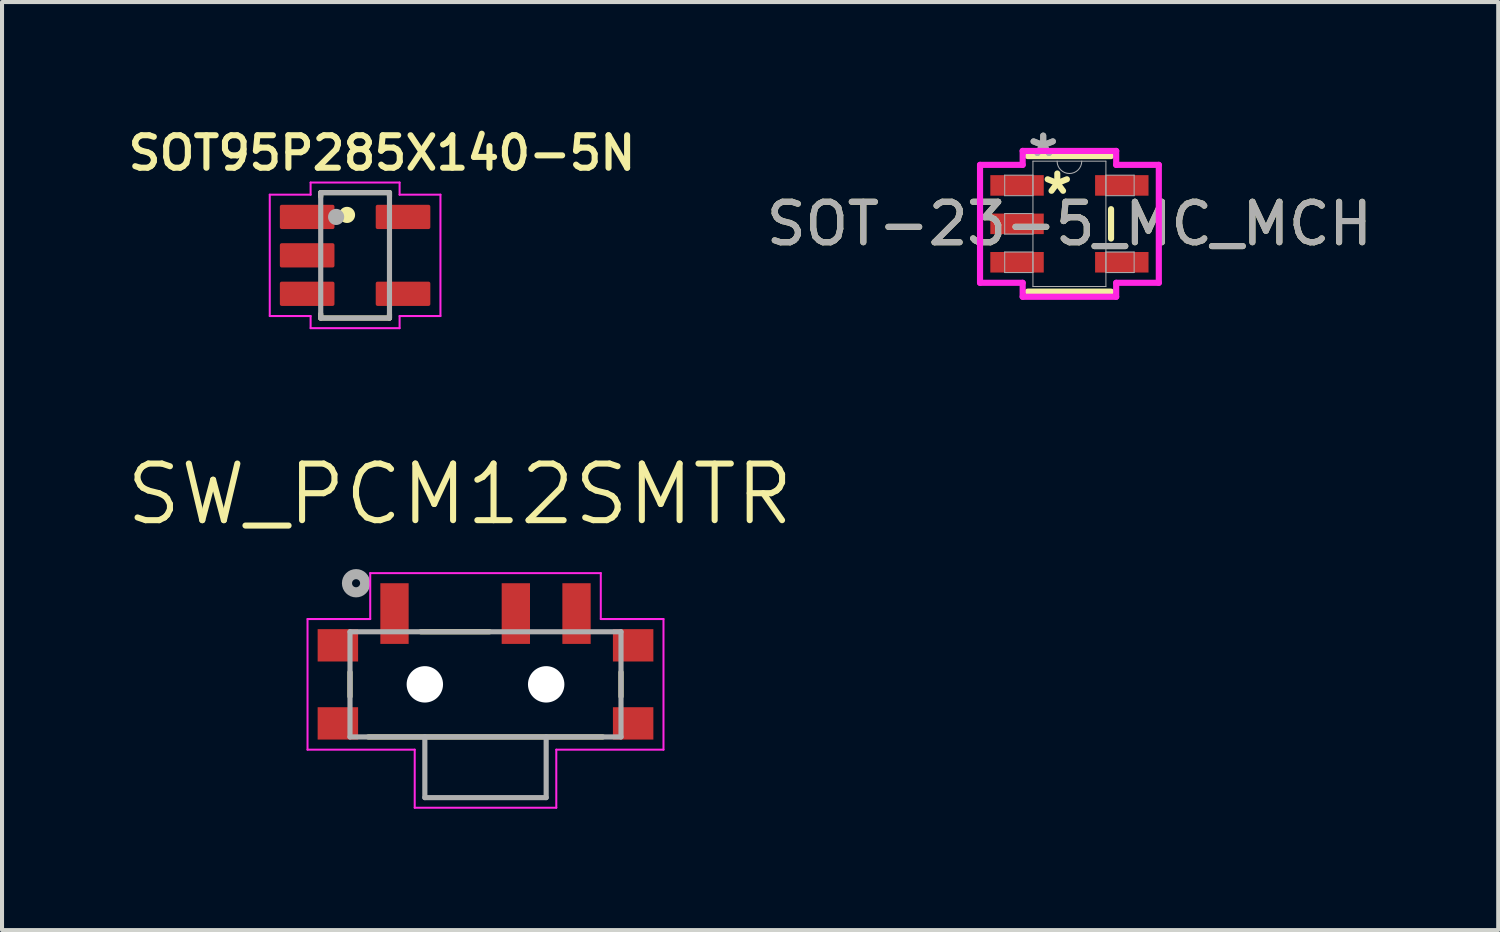
<source format=kicad_pcb>
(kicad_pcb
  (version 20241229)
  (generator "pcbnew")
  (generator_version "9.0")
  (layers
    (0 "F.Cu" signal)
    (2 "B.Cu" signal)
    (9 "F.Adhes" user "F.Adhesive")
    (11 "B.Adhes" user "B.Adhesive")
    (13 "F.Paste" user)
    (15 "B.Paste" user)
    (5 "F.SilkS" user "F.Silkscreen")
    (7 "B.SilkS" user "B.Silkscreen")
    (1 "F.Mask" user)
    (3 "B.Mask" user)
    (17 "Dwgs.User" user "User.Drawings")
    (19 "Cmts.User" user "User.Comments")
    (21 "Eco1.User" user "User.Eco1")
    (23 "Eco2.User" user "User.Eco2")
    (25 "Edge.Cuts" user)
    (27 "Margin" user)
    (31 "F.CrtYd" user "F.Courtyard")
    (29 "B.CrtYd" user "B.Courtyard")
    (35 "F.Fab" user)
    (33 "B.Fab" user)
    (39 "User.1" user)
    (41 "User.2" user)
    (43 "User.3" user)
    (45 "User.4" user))
  (footprint "SW_PCM12SMTR"
    (layer "F.Cu")
    (at 8.953 13.869)
    (property "Reference" "SW_PCM12SMTR" (at -0.635 -4.699 0) (layer "F.SilkS") (effects (font (size 1.4 1.4) (thickness 0.15))))
    (attr smd)
    (fp_line (start -3.35 0.3) (end -3.35 -0.3) (stroke (width 0.127) (type solid)) (layer "F.SilkS"))
    (fp_line (start -2.9 1.3) (end 2.9 1.3) (stroke (width 0.127) (type solid)) (layer "F.SilkS"))
    (fp_line (start -1.6 -1.3) (end 0.1 -1.3) (stroke (width 0.127) (type solid)) (layer "F.SilkS"))
    (fp_line (start 3.35 -0.3) (end 3.35 0.3) (stroke (width 0.127) (type solid)) (layer "F.SilkS"))
    (fp_line (start -4.4 -1.615) (end -2.85 -1.615) (stroke (width 0.05) (type solid)) (layer "F.CrtYd"))
    (fp_line (start -4.4 1.615) (end -4.4 -1.615) (stroke (width 0.05) (type solid)) (layer "F.CrtYd"))
    (fp_line (start -2.85 -2.75) (end 2.85 -2.75) (stroke (width 0.05) (type solid)) (layer "F.CrtYd"))
    (fp_line (start -2.85 -1.615) (end -2.85 -2.75) (stroke (width 0.05) (type solid)) (layer "F.CrtYd"))
    (fp_line (start -1.75 1.615) (end -4.4 1.615) (stroke (width 0.05) (type solid)) (layer "F.CrtYd"))
    (fp_line (start -1.75 3.05) (end -1.75 1.615) (stroke (width 0.05) (type solid)) (layer "F.CrtYd"))
    (fp_line (start 1.75 1.615) (end 1.75 3.05) (stroke (width 0.05) (type solid)) (layer "F.CrtYd"))
    (fp_line (start 1.75 3.05) (end -1.75 3.05) (stroke (width 0.05) (type solid)) (layer "F.CrtYd"))
    (fp_line (start 2.85 -2.75) (end 2.85 -1.615) (stroke (width 0.05) (type solid)) (layer "F.CrtYd"))
    (fp_line (start 2.85 -1.615) (end 4.4 -1.615) (stroke (width 0.05) (type solid)) (layer "F.CrtYd"))
    (fp_line (start 4.4 -1.615) (end 4.4 1.615) (stroke (width 0.05) (type solid)) (layer "F.CrtYd"))
    (fp_line (start 4.4 1.615) (end 1.75 1.615) (stroke (width 0.05) (type solid)) (layer "F.CrtYd"))
    (fp_line (start -3.35 -1.3) (end 3.35 -1.3) (stroke (width 0.127) (type solid)) (layer "F.Fab"))
    (fp_line (start -3.35 1.3) (end -3.35 -1.3) (stroke (width 0.127) (type solid)) (layer "F.Fab"))
    (fp_line (start -1.5 1.3) (end -3.35 1.3) (stroke (width 0.127) (type solid)) (layer "F.Fab"))
    (fp_line (start -1.5 1.3) (end -1.5 2.8) (stroke (width 0.127) (type solid)) (layer "F.Fab"))
    (fp_line (start -1.5 2.8) (end 1.5 2.8) (stroke (width 0.127) (type solid)) (layer "F.Fab"))
    (fp_line (start 1.5 1.3) (end -1.5 1.3) (stroke (width 0.127) (type solid)) (layer "F.Fab"))
    (fp_line (start 1.5 2.8) (end 1.5 1.3) (stroke (width 0.127) (type solid)) (layer "F.Fab"))
    (fp_line (start 3.35 -1.3) (end 3.35 1.3) (stroke (width 0.127) (type solid)) (layer "F.Fab"))
    (fp_line (start 3.35 1.3) (end 1.5 1.3) (stroke (width 0.127) (type solid)) (layer "F.Fab"))
    (fp_circle (center -3.2 -2.5) (end -3.1 -2.5) (stroke (width 0.25) (type solid)) (fill no) (layer "F.Fab"))
    (pad "" np_thru_hole circle (at -1.5 0) (size 0.9 0.9) (drill 0.9) (layers "*.Cu" "*.Mask"))
    (pad "" np_thru_hole circle (at 1.5 0) (size 0.9 0.9) (drill 0.9) (layers "*.Cu" "*.Mask"))
    (pad "COM" smd rect (at 0.75 -1.75) (size 0.7 1.5) (layers "F.Cu" "F.Mask" "F.Paste"))
    (pad "GND" smd rect (at -3.65 -0.965) (size 1 0.8) (layers "F.Cu" "F.Mask" "F.Paste"))
    (pad "GND" smd rect (at -3.65 0.965) (size 1 0.8) (layers "F.Cu" "F.Mask" "F.Paste"))
    (pad "GND" smd rect (at 3.65 -0.965) (size 1 0.8) (layers "F.Cu" "F.Mask" "F.Paste"))
    (pad "GND" smd rect (at 3.65 0.965) (size 1 0.8) (layers "F.Cu" "F.Mask" "F.Paste"))
    (pad "L1" smd rect (at 2.25 -1.75) (size 0.7 1.5) (layers "F.Cu" "F.Mask" "F.Paste"))
    (pad "L2" smd rect (at -2.25 -1.75) (size 0.7 1.5) (layers "F.Cu" "F.Mask" "F.Paste")))
  (footprint "SOT95P285X140-5N"
    (layer "F.Cu")
    (at 5.729 3.263)
    (property "Reference" "SOT95P285X140-5N" (at 0.664 -2.53 0) (layer "F.SilkS") (effects (font (size 0.803 0.803) (thickness 0.15))))
    (attr smd)
    (fp_line (start -0.85 -1.55) (end -0.85 -1.45) (stroke (width 0.127) (type solid)) (layer "F.SilkS"))
    (fp_line (start -0.85 1.55) (end -0.85 1.45) (stroke (width 0.127) (type solid)) (layer "F.SilkS"))
    (fp_line (start 0.85 -1.55) (end -0.85 -1.55) (stroke (width 0.127) (type solid)) (layer "F.SilkS"))
    (fp_line (start 0.85 -1.55) (end 0.85 -1.45) (stroke (width 0.127) (type solid)) (layer "F.SilkS"))
    (fp_line (start 0.85 1.55) (end -0.85 1.55) (stroke (width 0.127) (type solid)) (layer "F.SilkS"))
    (fp_line (start 0.85 1.55) (end 0.85 1.45) (stroke (width 0.127) (type solid)) (layer "F.SilkS"))
    (fp_circle (center -0.2 -1) (end -0.1 -1) (stroke (width 0.2) (type solid)) (fill no) (layer "F.SilkS"))
    (fp_line (start -2.11 -1.5) (end -2.11 1.5) (stroke (width 0.05) (type solid)) (layer "F.CrtYd"))
    (fp_line (start -2.11 1.5) (end -1.1 1.5) (stroke (width 0.05) (type solid)) (layer "F.CrtYd"))
    (fp_line (start -1.1 -1.8) (end -1.1 -1.5) (stroke (width 0.05) (type solid)) (layer "F.CrtYd"))
    (fp_line (start -1.1 -1.5) (end -2.11 -1.5) (stroke (width 0.05) (type solid)) (layer "F.CrtYd"))
    (fp_line (start -1.1 1.5) (end -1.1 1.8) (stroke (width 0.05) (type solid)) (layer "F.CrtYd"))
    (fp_line (start -1.1 1.8) (end 1.1 1.8) (stroke (width 0.05) (type solid)) (layer "F.CrtYd"))
    (fp_line (start 1.1 -1.8) (end -1.1 -1.8) (stroke (width 0.05) (type solid)) (layer "F.CrtYd"))
    (fp_line (start 1.1 -1.5) (end 1.1 -1.8) (stroke (width 0.05) (type solid)) (layer "F.CrtYd"))
    (fp_line (start 1.1 1.5) (end 2.11 1.5) (stroke (width 0.05) (type solid)) (layer "F.CrtYd"))
    (fp_line (start 1.1 1.8) (end 1.1 1.5) (stroke (width 0.05) (type solid)) (layer "F.CrtYd"))
    (fp_line (start 2.11 -1.5) (end 1.1 -1.5) (stroke (width 0.05) (type solid)) (layer "F.CrtYd"))
    (fp_line (start 2.11 1.5) (end 2.11 -1.5) (stroke (width 0.05) (type solid)) (layer "F.CrtYd"))
    (fp_line (start -0.85 -1.55) (end 0.85 -1.55) (stroke (width 0.127) (type solid)) (layer "F.Fab"))
    (fp_line (start -0.85 1.55) (end -0.85 -1.55) (stroke (width 0.127) (type solid)) (layer "F.Fab"))
    (fp_line (start 0.85 -1.55) (end 0.85 1.55) (stroke (width 0.127) (type solid)) (layer "F.Fab"))
    (fp_line (start 0.85 1.55) (end -0.85 1.55) (stroke (width 0.127) (type solid)) (layer "F.Fab"))
    (fp_circle (center -0.469 -0.95) (end -0.369 -0.95) (stroke (width 0.2) (type solid)) (fill no) (layer "F.Fab"))
    (pad "1" smd roundrect (at -1.185 -0.95 270) (size 0.6 1.35) (layers "F.Cu" "F.Mask" "F.Paste") (roundrect_rratio 0.075))
    (pad "2" smd roundrect (at -1.185 0 270) (size 0.6 1.35) (layers "F.Cu" "F.Mask" "F.Paste") (roundrect_rratio 0.075))
    (pad "3" smd roundrect (at -1.185 0.95 270) (size 0.6 1.35) (layers "F.Cu" "F.Mask" "F.Paste") (roundrect_rratio 0.075))
    (pad "4" smd roundrect (at 1.185 0.95 270) (size 0.6 1.35) (layers "F.Cu" "F.Mask" "F.Paste") (roundrect_rratio 0.075))
    (pad "5" smd roundrect (at 1.185 -0.95 270) (size 0.6 1.35) (layers "F.Cu" "F.Mask" "F.Paste") (roundrect_rratio 0.075)))
  (footprint "SOT-23-5_MC_MCH"
    (layer "F.Cu")
    (at 23.389 2.484)
    (property "Reference" "SOT-23-5_MC_MCH" (at 0 0 0) (unlocked yes) (layer "F.SilkS") (effects (font (size 1 1) (thickness 0.15))))
    (attr smd)
    (fp_line (start -1.029 1.676) (end 1.029 1.676) (stroke (width 0.152) (type solid)) (layer "F.SilkS"))
    (fp_line (start 1.029 -1.676) (end -1.029 -1.676) (stroke (width 0.152) (type solid)) (layer "F.SilkS"))
    (fp_line (start 1.029 0.363) (end 1.029 -0.363) (stroke (width 0.152) (type solid)) (layer "F.SilkS"))
    (fp_line (start -2.21 -1.458) (end -1.156 -1.458) (stroke (width 0.152) (type solid)) (layer "F.CrtYd"))
    (fp_line (start -2.21 1.458) (end -2.21 -1.458) (stroke (width 0.152) (type solid)) (layer "F.CrtYd"))
    (fp_line (start -1.156 -1.803) (end 1.156 -1.803) (stroke (width 0.152) (type solid)) (layer "F.CrtYd"))
    (fp_line (start -1.156 -1.458) (end -1.156 -1.803) (stroke (width 0.152) (type solid)) (layer "F.CrtYd"))
    (fp_line (start -1.156 1.458) (end -2.21 1.458) (stroke (width 0.152) (type solid)) (layer "F.CrtYd"))
    (fp_line (start -1.156 1.803) (end -1.156 1.458) (stroke (width 0.152) (type solid)) (layer "F.CrtYd"))
    (fp_line (start 1.156 -1.803) (end 1.156 -1.458) (stroke (width 0.152) (type solid)) (layer "F.CrtYd"))
    (fp_line (start 1.156 -1.458) (end 2.21 -1.458) (stroke (width 0.152) (type solid)) (layer "F.CrtYd"))
    (fp_line (start 1.156 1.458) (end 1.156 1.803) (stroke (width 0.152) (type solid)) (layer "F.CrtYd"))
    (fp_line (start 1.156 1.803) (end -1.156 1.803) (stroke (width 0.152) (type solid)) (layer "F.CrtYd"))
    (fp_line (start 2.21 -1.458) (end 2.21 1.458) (stroke (width 0.152) (type solid)) (layer "F.CrtYd"))
    (fp_line (start 2.21 1.458) (end 1.156 1.458) (stroke (width 0.152) (type solid)) (layer "F.CrtYd"))
    (fp_line (start -1.6 -1.204) (end -1.6 -0.696) (stroke (width 0.025) (type solid)) (layer "F.Fab"))
    (fp_line (start -1.6 -0.696) (end -0.902 -0.696) (stroke (width 0.025) (type solid)) (layer "F.Fab"))
    (fp_line (start -1.6 -0.254) (end -1.6 0.254) (stroke (width 0.025) (type solid)) (layer "F.Fab"))
    (fp_line (start -1.6 0.254) (end -0.902 0.254) (stroke (width 0.025) (type solid)) (layer "F.Fab"))
    (fp_line (start -1.6 0.696) (end -1.6 1.204) (stroke (width 0.025) (type solid)) (layer "F.Fab"))
    (fp_line (start -1.6 1.204) (end -0.902 1.204) (stroke (width 0.025) (type solid)) (layer "F.Fab"))
    (fp_line (start -0.902 -1.549) (end -0.902 1.549) (stroke (width 0.025) (type solid)) (layer "F.Fab"))
    (fp_line (start -0.902 -1.204) (end -1.6 -1.204) (stroke (width 0.025) (type solid)) (layer "F.Fab"))
    (fp_line (start -0.902 -0.696) (end -0.902 -1.204) (stroke (width 0.025) (type solid)) (layer "F.Fab"))
    (fp_line (start -0.902 -0.254) (end -1.6 -0.254) (stroke (width 0.025) (type solid)) (layer "F.Fab"))
    (fp_line (start -0.902 0.254) (end -0.902 -0.254) (stroke (width 0.025) (type solid)) (layer "F.Fab"))
    (fp_line (start -0.902 0.696) (end -1.6 0.696) (stroke (width 0.025) (type solid)) (layer "F.Fab"))
    (fp_line (start -0.902 1.204) (end -0.902 0.696) (stroke (width 0.025) (type solid)) (layer "F.Fab"))
    (fp_line (start -0.902 1.549) (end 0.902 1.549) (stroke (width 0.025) (type solid)) (layer "F.Fab"))
    (fp_line (start 0.902 -1.549) (end -0.902 -1.549) (stroke (width 0.025) (type solid)) (layer "F.Fab"))
    (fp_line (start 0.902 -1.204) (end 0.902 -0.696) (stroke (width 0.025) (type solid)) (layer "F.Fab"))
    (fp_line (start 0.902 -0.696) (end 1.6 -0.696) (stroke (width 0.025) (type solid)) (layer "F.Fab"))
    (fp_line (start 0.902 0.696) (end 0.902 1.204) (stroke (width 0.025) (type solid)) (layer "F.Fab"))
    (fp_line (start 0.902 1.204) (end 1.6 1.204) (stroke (width 0.025) (type solid)) (layer "F.Fab"))
    (fp_line (start 0.902 1.549) (end 0.902 -1.549) (stroke (width 0.025) (type solid)) (layer "F.Fab"))
    (fp_line (start 1.6 -1.204) (end 0.902 -1.204) (stroke (width 0.025) (type solid)) (layer "F.Fab"))
    (fp_line (start 1.6 -0.696) (end 1.6 -1.204) (stroke (width 0.025) (type solid)) (layer "F.Fab"))
    (fp_line (start 1.6 0.696) (end 0.902 0.696) (stroke (width 0.025) (type solid)) (layer "F.Fab"))
    (fp_line (start 1.6 1.204) (end 1.6 0.696) (stroke (width 0.025) (type solid)) (layer "F.Fab"))
    (fp_arc (start 0.3048 -1.5494) (mid 0 -1.2446) (end -0.3048 -1.5494) (stroke (width 0.0254) (type solid)) (layer "F.Fab"))
    (fp_text user "*" (at -0.3 -0.7 0) (layer "F.SilkS") (effects (font (size 1 1) (thickness 0.15))))
    (fp_text user "*" (at -0.648 -1.636 0) (unlocked yes) (layer "F.Fab") (effects (font (size 1 1) (thickness 0.15))))
    (fp_text user "*" (at -0.648 -1.636 0) (layer "F.Fab") (effects (font (size 1 1) (thickness 0.15))))
    (fp_text user "${REFERENCE}" (at 0 0 0) (unlocked yes) (layer "F.Fab") (effects (font (size 1 1) (thickness 0.15))))
    (pad "1" smd rect (at -1.295 -0.95) (size 1.321 0.508) (layers "F.Cu" "F.Mask" "F.Paste"))
    (pad "2" smd rect (at -1.295 0) (size 1.321 0.508) (layers "F.Cu" "F.Mask" "F.Paste"))
    (pad "3" smd rect (at -1.295 0.95) (size 1.321 0.508) (layers "F.Cu" "F.Mask" "F.Paste"))
    (pad "4" smd rect (at 1.295 0.95) (size 1.321 0.508) (layers "F.Cu" "F.Mask" "F.Paste"))
    (pad "5" smd rect (at 1.295 -0.95) (size 1.321 0.508) (layers "F.Cu" "F.Mask" "F.Paste")))
  (gr_rect
    (start -3 -3)
    (end 33.99 19.944)
    (stroke (width 0.1) (type default))
    (fill no)
    (layer "Edge.Cuts")))
</source>
